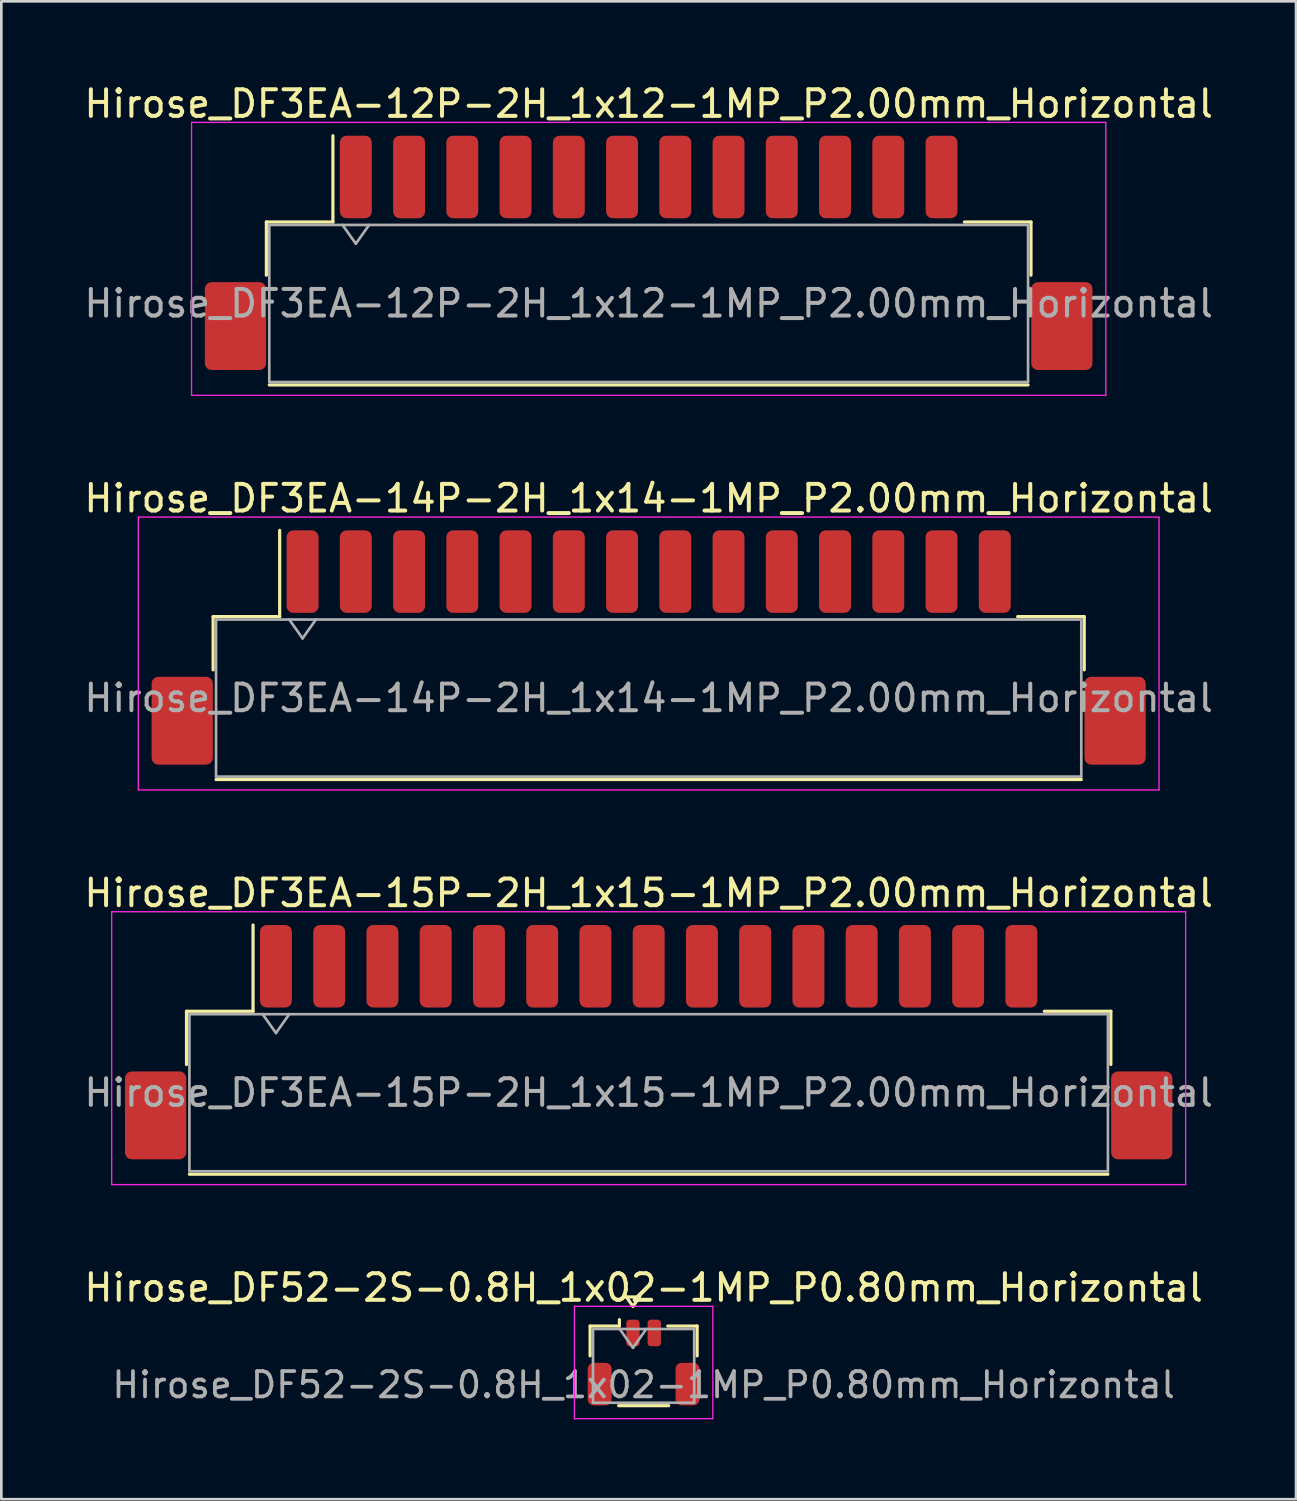
<source format=kicad_pcb>
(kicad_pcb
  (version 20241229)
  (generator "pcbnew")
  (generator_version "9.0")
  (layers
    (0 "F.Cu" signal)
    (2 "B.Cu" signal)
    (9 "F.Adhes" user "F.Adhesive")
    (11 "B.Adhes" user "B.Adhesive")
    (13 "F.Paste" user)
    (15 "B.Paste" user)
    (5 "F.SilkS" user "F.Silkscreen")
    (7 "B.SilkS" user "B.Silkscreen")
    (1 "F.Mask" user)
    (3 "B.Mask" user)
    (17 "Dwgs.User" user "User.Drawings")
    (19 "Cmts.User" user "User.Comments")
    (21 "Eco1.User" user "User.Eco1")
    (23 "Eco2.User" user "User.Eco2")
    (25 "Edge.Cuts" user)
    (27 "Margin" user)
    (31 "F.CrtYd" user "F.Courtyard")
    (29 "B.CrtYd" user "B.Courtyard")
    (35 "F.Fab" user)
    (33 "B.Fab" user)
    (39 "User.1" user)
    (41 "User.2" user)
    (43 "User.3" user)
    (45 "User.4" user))
  (footprint "Hirose_DF3EA-15P-2H_1x15-1MP_P2.00mm_Horizontal"
    (layer "F.Cu")
    (at 21.315 36.095)
    (property "Reference" "Hirose_DF3EA-15P-2H_1x15-1MP_P2.00mm_Horizontal" (at 0 -5.6 0) (layer "F.SilkS") (effects (font (size 1 1) (thickness 0.15))))
    (attr smd)
    (fp_line (start -17.36 -1.16) (end -14.86 -1.16) (stroke (width 0.12) (type solid)) (layer "F.SilkS"))
    (fp_line (start -17.36 0.84) (end -17.36 -1.16) (stroke (width 0.12) (type solid)) (layer "F.SilkS"))
    (fp_line (start -17.25 4.96) (end 17.25 4.96) (stroke (width 0.12) (type solid)) (layer "F.SilkS"))
    (fp_line (start -14.86 -1.16) (end -14.86 -4.4) (stroke (width 0.12) (type solid)) (layer "F.SilkS"))
    (fp_line (start 17.36 -1.16) (end 14.86 -1.16) (stroke (width 0.12) (type solid)) (layer "F.SilkS"))
    (fp_line (start 17.36 0.84) (end 17.36 -1.16) (stroke (width 0.12) (type solid)) (layer "F.SilkS"))
    (fp_line (start -20.17 -4.9) (end -20.17 5.35) (stroke (width 0.05) (type solid)) (layer "F.CrtYd"))
    (fp_line (start -20.17 5.35) (end 20.17 5.35) (stroke (width 0.05) (type solid)) (layer "F.CrtYd"))
    (fp_line (start 20.17 -4.9) (end -20.17 -4.9) (stroke (width 0.05) (type solid)) (layer "F.CrtYd"))
    (fp_line (start 20.17 5.35) (end 20.17 -4.9) (stroke (width 0.05) (type solid)) (layer "F.CrtYd"))
    (fp_line (start -17.25 -1.05) (end -17.25 4.85) (stroke (width 0.1) (type solid)) (layer "F.Fab"))
    (fp_line (start -17.25 -1.05) (end 17.25 -1.05) (stroke (width 0.1) (type solid)) (layer "F.Fab"))
    (fp_line (start -17.25 4.85) (end 17.25 4.85) (stroke (width 0.1) (type solid)) (layer "F.Fab"))
    (fp_line (start -14.5 -1.05) (end -14 -0.343) (stroke (width 0.1) (type solid)) (layer "F.Fab"))
    (fp_line (start -14 -0.343) (end -13.5 -1.05) (stroke (width 0.1) (type solid)) (layer "F.Fab"))
    (fp_line (start 17.25 -1.05) (end 17.25 4.85) (stroke (width 0.1) (type solid)) (layer "F.Fab"))
    (fp_text user "${REFERENCE}" (at 0 1.9 0) (layer "F.Fab") (effects (font (size 1 1) (thickness 0.15))))
    (pad "1" smd roundrect (at -14 -2.85) (size 1.2 3.1) (layers "F.Cu" "F.Mask" "F.Paste") (roundrect_rratio 0.208))
    (pad "2" smd roundrect (at -12 -2.85) (size 1.2 3.1) (layers "F.Cu" "F.Mask" "F.Paste") (roundrect_rratio 0.208))
    (pad "3" smd roundrect (at -10 -2.85) (size 1.2 3.1) (layers "F.Cu" "F.Mask" "F.Paste") (roundrect_rratio 0.208))
    (pad "4" smd roundrect (at -8 -2.85) (size 1.2 3.1) (layers "F.Cu" "F.Mask" "F.Paste") (roundrect_rratio 0.208))
    (pad "5" smd roundrect (at -6 -2.85) (size 1.2 3.1) (layers "F.Cu" "F.Mask" "F.Paste") (roundrect_rratio 0.208))
    (pad "6" smd roundrect (at -4 -2.85) (size 1.2 3.1) (layers "F.Cu" "F.Mask" "F.Paste") (roundrect_rratio 0.208))
    (pad "7" smd roundrect (at -2 -2.85) (size 1.2 3.1) (layers "F.Cu" "F.Mask" "F.Paste") (roundrect_rratio 0.208))
    (pad "8" smd roundrect (at 0 -2.85) (size 1.2 3.1) (layers "F.Cu" "F.Mask" "F.Paste") (roundrect_rratio 0.208))
    (pad "9" smd roundrect (at 2 -2.85) (size 1.2 3.1) (layers "F.Cu" "F.Mask" "F.Paste") (roundrect_rratio 0.208))
    (pad "10" smd roundrect (at 4 -2.85) (size 1.2 3.1) (layers "F.Cu" "F.Mask" "F.Paste") (roundrect_rratio 0.208))
    (pad "11" smd roundrect (at 6 -2.85) (size 1.2 3.1) (layers "F.Cu" "F.Mask" "F.Paste") (roundrect_rratio 0.208))
    (pad "12" smd roundrect (at 8 -2.85) (size 1.2 3.1) (layers "F.Cu" "F.Mask" "F.Paste") (roundrect_rratio 0.208))
    (pad "13" smd roundrect (at 10 -2.85) (size 1.2 3.1) (layers "F.Cu" "F.Mask" "F.Paste") (roundrect_rratio 0.208))
    (pad "14" smd roundrect (at 12 -2.85) (size 1.2 3.1) (layers "F.Cu" "F.Mask" "F.Paste") (roundrect_rratio 0.208))
    (pad "15" smd roundrect (at 14 -2.85) (size 1.2 3.1) (layers "F.Cu" "F.Mask" "F.Paste") (roundrect_rratio 0.208))
    (pad "MP" smd roundrect (at -18.52 2.75) (size 2.3 3.3) (layers "F.Cu" "F.Mask" "F.Paste") (roundrect_rratio 0.109))
    (pad "MP" smd roundrect (at 18.52 2.75) (size 2.3 3.3) (layers "F.Cu" "F.Mask" "F.Paste") (roundrect_rratio 0.109)))
  (footprint "Hirose_DF3EA-14P-2H_1x14-1MP_P2.00mm_Horizontal"
    (layer "F.Cu")
    (at 21.315 21.271)
    (property "Reference" "Hirose_DF3EA-14P-2H_1x14-1MP_P2.00mm_Horizontal" (at 0 -5.6 0) (layer "F.SilkS") (effects (font (size 1 1) (thickness 0.15))))
    (attr smd)
    (fp_line (start -16.36 -1.16) (end -13.86 -1.16) (stroke (width 0.12) (type solid)) (layer "F.SilkS"))
    (fp_line (start -16.36 0.84) (end -16.36 -1.16) (stroke (width 0.12) (type solid)) (layer "F.SilkS"))
    (fp_line (start -16.25 4.96) (end 16.25 4.96) (stroke (width 0.12) (type solid)) (layer "F.SilkS"))
    (fp_line (start -13.86 -1.16) (end -13.86 -4.4) (stroke (width 0.12) (type solid)) (layer "F.SilkS"))
    (fp_line (start 16.36 -1.16) (end 13.86 -1.16) (stroke (width 0.12) (type solid)) (layer "F.SilkS"))
    (fp_line (start 16.36 0.84) (end 16.36 -1.16) (stroke (width 0.12) (type solid)) (layer "F.SilkS"))
    (fp_line (start -19.17 -4.9) (end -19.17 5.35) (stroke (width 0.05) (type solid)) (layer "F.CrtYd"))
    (fp_line (start -19.17 5.35) (end 19.17 5.35) (stroke (width 0.05) (type solid)) (layer "F.CrtYd"))
    (fp_line (start 19.17 -4.9) (end -19.17 -4.9) (stroke (width 0.05) (type solid)) (layer "F.CrtYd"))
    (fp_line (start 19.17 5.35) (end 19.17 -4.9) (stroke (width 0.05) (type solid)) (layer "F.CrtYd"))
    (fp_line (start -16.25 -1.05) (end -16.25 4.85) (stroke (width 0.1) (type solid)) (layer "F.Fab"))
    (fp_line (start -16.25 -1.05) (end 16.25 -1.05) (stroke (width 0.1) (type solid)) (layer "F.Fab"))
    (fp_line (start -16.25 4.85) (end 16.25 4.85) (stroke (width 0.1) (type solid)) (layer "F.Fab"))
    (fp_line (start -13.5 -1.05) (end -13 -0.343) (stroke (width 0.1) (type solid)) (layer "F.Fab"))
    (fp_line (start -13 -0.343) (end -12.5 -1.05) (stroke (width 0.1) (type solid)) (layer "F.Fab"))
    (fp_line (start 16.25 -1.05) (end 16.25 4.85) (stroke (width 0.1) (type solid)) (layer "F.Fab"))
    (fp_text user "${REFERENCE}" (at 0 1.9 0) (layer "F.Fab") (effects (font (size 1 1) (thickness 0.15))))
    (pad "1" smd roundrect (at -13 -2.85) (size 1.2 3.1) (layers "F.Cu" "F.Mask" "F.Paste") (roundrect_rratio 0.208))
    (pad "2" smd roundrect (at -11 -2.85) (size 1.2 3.1) (layers "F.Cu" "F.Mask" "F.Paste") (roundrect_rratio 0.208))
    (pad "3" smd roundrect (at -9 -2.85) (size 1.2 3.1) (layers "F.Cu" "F.Mask" "F.Paste") (roundrect_rratio 0.208))
    (pad "4" smd roundrect (at -7 -2.85) (size 1.2 3.1) (layers "F.Cu" "F.Mask" "F.Paste") (roundrect_rratio 0.208))
    (pad "5" smd roundrect (at -5 -2.85) (size 1.2 3.1) (layers "F.Cu" "F.Mask" "F.Paste") (roundrect_rratio 0.208))
    (pad "6" smd roundrect (at -3 -2.85) (size 1.2 3.1) (layers "F.Cu" "F.Mask" "F.Paste") (roundrect_rratio 0.208))
    (pad "7" smd roundrect (at -1 -2.85) (size 1.2 3.1) (layers "F.Cu" "F.Mask" "F.Paste") (roundrect_rratio 0.208))
    (pad "8" smd roundrect (at 1 -2.85) (size 1.2 3.1) (layers "F.Cu" "F.Mask" "F.Paste") (roundrect_rratio 0.208))
    (pad "9" smd roundrect (at 3 -2.85) (size 1.2 3.1) (layers "F.Cu" "F.Mask" "F.Paste") (roundrect_rratio 0.208))
    (pad "10" smd roundrect (at 5 -2.85) (size 1.2 3.1) (layers "F.Cu" "F.Mask" "F.Paste") (roundrect_rratio 0.208))
    (pad "11" smd roundrect (at 7 -2.85) (size 1.2 3.1) (layers "F.Cu" "F.Mask" "F.Paste") (roundrect_rratio 0.208))
    (pad "12" smd roundrect (at 9 -2.85) (size 1.2 3.1) (layers "F.Cu" "F.Mask" "F.Paste") (roundrect_rratio 0.208))
    (pad "13" smd roundrect (at 11 -2.85) (size 1.2 3.1) (layers "F.Cu" "F.Mask" "F.Paste") (roundrect_rratio 0.208))
    (pad "14" smd roundrect (at 13 -2.85) (size 1.2 3.1) (layers "F.Cu" "F.Mask" "F.Paste") (roundrect_rratio 0.208))
    (pad "MP" smd roundrect (at -17.52 2.75) (size 2.3 3.3) (layers "F.Cu" "F.Mask" "F.Paste") (roundrect_rratio 0.109))
    (pad "MP" smd roundrect (at 17.52 2.75) (size 2.3 3.3) (layers "F.Cu" "F.Mask" "F.Paste") (roundrect_rratio 0.109)))
  (footprint "Hirose_DF3EA-12P-2H_1x12-1MP_P2.00mm_Horizontal"
    (layer "F.Cu")
    (at 21.315 6.448)
    (property "Reference" "Hirose_DF3EA-12P-2H_1x12-1MP_P2.00mm_Horizontal" (at 0 -5.6 0) (layer "F.SilkS") (effects (font (size 1 1) (thickness 0.15))))
    (attr smd)
    (fp_line (start -14.36 -1.16) (end -11.86 -1.16) (stroke (width 0.12) (type solid)) (layer "F.SilkS"))
    (fp_line (start -14.36 0.84) (end -14.36 -1.16) (stroke (width 0.12) (type solid)) (layer "F.SilkS"))
    (fp_line (start -14.25 4.96) (end 14.25 4.96) (stroke (width 0.12) (type solid)) (layer "F.SilkS"))
    (fp_line (start -11.86 -1.16) (end -11.86 -4.4) (stroke (width 0.12) (type solid)) (layer "F.SilkS"))
    (fp_line (start 14.36 -1.16) (end 11.86 -1.16) (stroke (width 0.12) (type solid)) (layer "F.SilkS"))
    (fp_line (start 14.36 0.84) (end 14.36 -1.16) (stroke (width 0.12) (type solid)) (layer "F.SilkS"))
    (fp_line (start -17.17 -4.9) (end -17.17 5.35) (stroke (width 0.05) (type solid)) (layer "F.CrtYd"))
    (fp_line (start -17.17 5.35) (end 17.17 5.35) (stroke (width 0.05) (type solid)) (layer "F.CrtYd"))
    (fp_line (start 17.17 -4.9) (end -17.17 -4.9) (stroke (width 0.05) (type solid)) (layer "F.CrtYd"))
    (fp_line (start 17.17 5.35) (end 17.17 -4.9) (stroke (width 0.05) (type solid)) (layer "F.CrtYd"))
    (fp_line (start -14.25 -1.05) (end -14.25 4.85) (stroke (width 0.1) (type solid)) (layer "F.Fab"))
    (fp_line (start -14.25 -1.05) (end 14.25 -1.05) (stroke (width 0.1) (type solid)) (layer "F.Fab"))
    (fp_line (start -14.25 4.85) (end 14.25 4.85) (stroke (width 0.1) (type solid)) (layer "F.Fab"))
    (fp_line (start -11.5 -1.05) (end -11 -0.343) (stroke (width 0.1) (type solid)) (layer "F.Fab"))
    (fp_line (start -11 -0.343) (end -10.5 -1.05) (stroke (width 0.1) (type solid)) (layer "F.Fab"))
    (fp_line (start 14.25 -1.05) (end 14.25 4.85) (stroke (width 0.1) (type solid)) (layer "F.Fab"))
    (fp_text user "${REFERENCE}" (at 0 1.9 0) (layer "F.Fab") (effects (font (size 1 1) (thickness 0.15))))
    (pad "1" smd roundrect (at -11 -2.85) (size 1.2 3.1) (layers "F.Cu" "F.Mask" "F.Paste") (roundrect_rratio 0.208))
    (pad "2" smd roundrect (at -9 -2.85) (size 1.2 3.1) (layers "F.Cu" "F.Mask" "F.Paste") (roundrect_rratio 0.208))
    (pad "3" smd roundrect (at -7 -2.85) (size 1.2 3.1) (layers "F.Cu" "F.Mask" "F.Paste") (roundrect_rratio 0.208))
    (pad "4" smd roundrect (at -5 -2.85) (size 1.2 3.1) (layers "F.Cu" "F.Mask" "F.Paste") (roundrect_rratio 0.208))
    (pad "5" smd roundrect (at -3 -2.85) (size 1.2 3.1) (layers "F.Cu" "F.Mask" "F.Paste") (roundrect_rratio 0.208))
    (pad "6" smd roundrect (at -1 -2.85) (size 1.2 3.1) (layers "F.Cu" "F.Mask" "F.Paste") (roundrect_rratio 0.208))
    (pad "7" smd roundrect (at 1 -2.85) (size 1.2 3.1) (layers "F.Cu" "F.Mask" "F.Paste") (roundrect_rratio 0.208))
    (pad "8" smd roundrect (at 3 -2.85) (size 1.2 3.1) (layers "F.Cu" "F.Mask" "F.Paste") (roundrect_rratio 0.208))
    (pad "9" smd roundrect (at 5 -2.85) (size 1.2 3.1) (layers "F.Cu" "F.Mask" "F.Paste") (roundrect_rratio 0.208))
    (pad "10" smd roundrect (at 7 -2.85) (size 1.2 3.1) (layers "F.Cu" "F.Mask" "F.Paste") (roundrect_rratio 0.208))
    (pad "11" smd roundrect (at 9 -2.85) (size 1.2 3.1) (layers "F.Cu" "F.Mask" "F.Paste") (roundrect_rratio 0.208))
    (pad "12" smd roundrect (at 11 -2.85) (size 1.2 3.1) (layers "F.Cu" "F.Mask" "F.Paste") (roundrect_rratio 0.208))
    (pad "MP" smd roundrect (at -15.52 2.75) (size 2.3 3.3) (layers "F.Cu" "F.Mask" "F.Paste") (roundrect_rratio 0.109))
    (pad "MP" smd roundrect (at 15.52 2.75) (size 2.3 3.3) (layers "F.Cu" "F.Mask" "F.Paste") (roundrect_rratio 0.109)))
  (footprint "Hirose_DF52-2S-0.8H_1x02-1MP_P0.80mm_Horizontal"
    (layer "F.Cu")
    (at 21.125 48.128)
    (property "Reference" "Hirose_DF52-2S-0.8H_1x02-1MP_P0.80mm_Horizontal" (at 0 -2.81 0) (layer "F.SilkS") (effects (font (size 1 1) (thickness 0.15))))
    (attr smd)
    (fp_line (start -2.01 -1.37) (end -0.91 -1.37) (stroke (width 0.12) (type solid)) (layer "F.SilkS"))
    (fp_line (start -2.01 -0.25) (end -2.01 -1.37) (stroke (width 0.12) (type solid)) (layer "F.SilkS"))
    (fp_line (start -0.94 1.62) (end 0.94 1.62) (stroke (width 0.12) (type solid)) (layer "F.SilkS"))
    (fp_line (start -0.91 -1.37) (end -0.91 -1.61) (stroke (width 0.12) (type solid)) (layer "F.SilkS"))
    (fp_line (start -0.65 -2.464) (end -0.4 -2.11) (stroke (width 0.12) (type solid)) (layer "F.SilkS"))
    (fp_line (start -0.4 -2.11) (end -0.15 -2.464) (stroke (width 0.12) (type solid)) (layer "F.SilkS"))
    (fp_line (start -0.15 -2.464) (end -0.65 -2.464) (stroke (width 0.12) (type solid)) (layer "F.SilkS"))
    (fp_line (start 2.01 -1.37) (end 0.91 -1.37) (stroke (width 0.12) (type solid)) (layer "F.SilkS"))
    (fp_line (start 2.01 -0.25) (end 2.01 -1.37) (stroke (width 0.12) (type solid)) (layer "F.SilkS"))
    (fp_line (start -2.6 -2.11) (end -2.6 2.11) (stroke (width 0.05) (type solid)) (layer "F.CrtYd"))
    (fp_line (start -2.6 2.11) (end 2.6 2.11) (stroke (width 0.05) (type solid)) (layer "F.CrtYd"))
    (fp_line (start 2.6 -2.11) (end -2.6 -2.11) (stroke (width 0.05) (type solid)) (layer "F.CrtYd"))
    (fp_line (start 2.6 2.11) (end 2.6 -2.11) (stroke (width 0.05) (type solid)) (layer "F.CrtYd"))
    (fp_line (start -1.9 -1.26) (end -1.9 1.51) (stroke (width 0.1) (type solid)) (layer "F.Fab"))
    (fp_line (start -1.9 -1.26) (end 1.9 -1.26) (stroke (width 0.1) (type solid)) (layer "F.Fab"))
    (fp_line (start -1.9 1.51) (end 1.9 1.51) (stroke (width 0.1) (type solid)) (layer "F.Fab"))
    (fp_line (start -0.9 -1.26) (end -0.4 -0.553) (stroke (width 0.1) (type solid)) (layer "F.Fab"))
    (fp_line (start -0.4 -0.553) (end 0.1 -1.26) (stroke (width 0.1) (type solid)) (layer "F.Fab"))
    (fp_line (start 1.9 -1.26) (end 1.9 1.51) (stroke (width 0.1) (type solid)) (layer "F.Fab"))
    (fp_text user "${REFERENCE}" (at 0 0.84 0) (layer "F.Fab") (effects (font (size 0.95 0.95) (thickness 0.14))))
    (pad "1" smd roundrect (at -0.4 -1.11) (size 0.5 1) (layers "F.Cu" "F.Mask" "F.Paste") (roundrect_rratio 0.25))
    (pad "2" smd roundrect (at 0.4 -1.11) (size 0.5 1) (layers "F.Cu" "F.Mask" "F.Paste") (roundrect_rratio 0.25))
    (pad "MP" smd roundrect (at -1.65 0.81) (size 0.9 1.6) (layers "F.Cu" "F.Mask" "F.Paste") (roundrect_rratio 0.25))
    (pad "MP" smd roundrect (at 1.65 0.81) (size 0.9 1.6) (layers "F.Cu" "F.Mask" "F.Paste") (roundrect_rratio 0.25)))
  (gr_rect
    (start -3 -3)
    (end 45.631 53.263)
    (stroke (width 0.1) (type default))
    (fill no)
    (layer "Edge.Cuts")))
</source>
